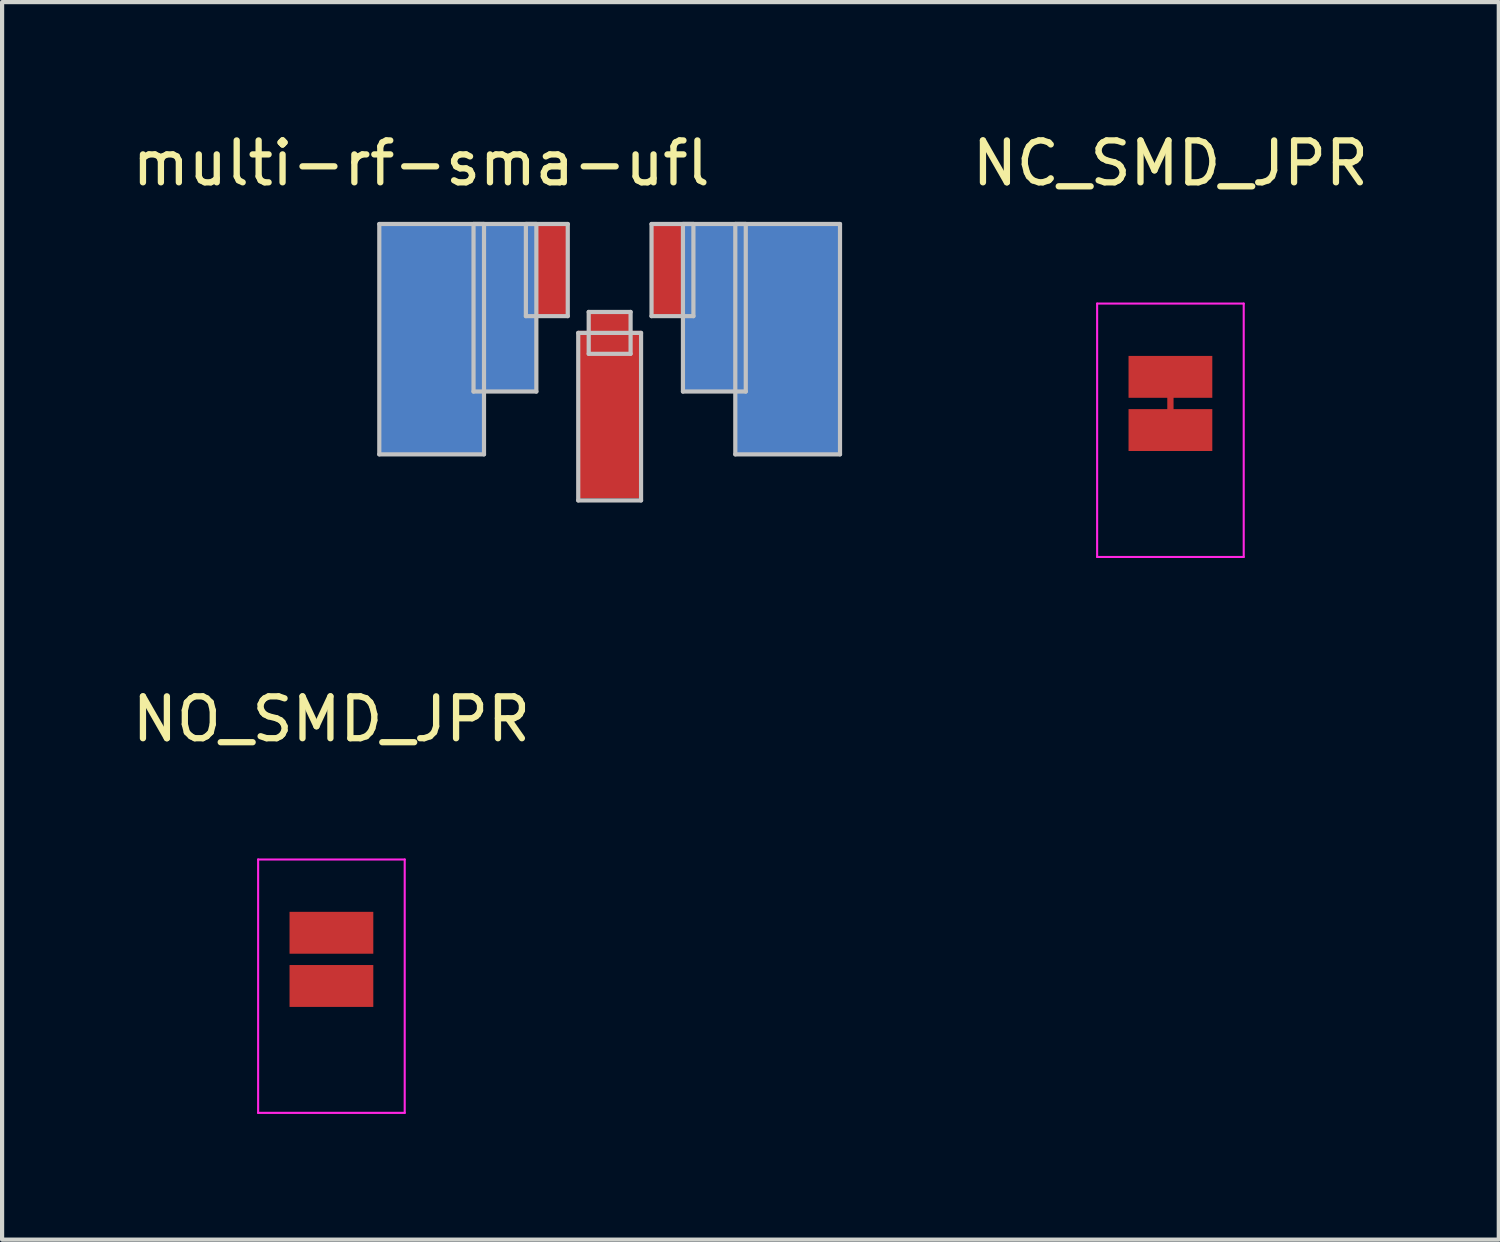
<source format=kicad_pcb>
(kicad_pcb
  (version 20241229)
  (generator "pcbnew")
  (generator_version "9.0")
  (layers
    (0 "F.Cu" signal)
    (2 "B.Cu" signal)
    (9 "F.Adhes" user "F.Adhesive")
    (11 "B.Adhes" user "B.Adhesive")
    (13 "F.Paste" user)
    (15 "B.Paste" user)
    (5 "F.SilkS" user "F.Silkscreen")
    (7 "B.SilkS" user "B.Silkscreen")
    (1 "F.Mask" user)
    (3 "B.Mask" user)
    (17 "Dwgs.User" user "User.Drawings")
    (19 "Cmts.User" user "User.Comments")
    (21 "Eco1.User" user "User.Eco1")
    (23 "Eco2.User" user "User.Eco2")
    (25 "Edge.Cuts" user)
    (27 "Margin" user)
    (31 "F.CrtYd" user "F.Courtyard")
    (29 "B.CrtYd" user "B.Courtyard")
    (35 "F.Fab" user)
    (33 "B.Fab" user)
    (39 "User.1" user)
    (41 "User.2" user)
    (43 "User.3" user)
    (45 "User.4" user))
  (footprint "NC_SMD_JPR"
    (layer "F.Cu")
    (at 24.895 5.948)
    (property "Reference" "NC_SMD_JPR" (at 0 -5.1 0) (layer "F.SilkS") (effects (font (size 1 1) (thickness 0.15))))
    (attr through_hole)
    (fp_line (start 0 0) (end 0 1.27) (stroke (width 0.15) (type solid)) (layer "F.Cu"))
    (fp_line (start -1.75 -1.75) (end -1.75 4.3) (stroke (width 0.05) (type solid)) (layer "F.CrtYd"))
    (fp_line (start -1.75 -1.75) (end 1.75 -1.75) (stroke (width 0.05) (type solid)) (layer "F.CrtYd"))
    (fp_line (start -1.75 4.3) (end 1.75 4.3) (stroke (width 0.05) (type solid)) (layer "F.CrtYd"))
    (fp_line (start 1.75 -1.75) (end 1.75 4.3) (stroke (width 0.05) (type solid)) (layer "F.CrtYd"))
    (pad "1" smd rect (at 0 0) (size 2 1) (layers "F.Cu" "F.Paste"))
    (pad "2" smd rect (at 0 1.27) (size 2 1) (layers "F.Cu" "F.Paste")))
  (footprint "NO_SMD_JPR"
    (layer "F.Cu")
    (at 4.863 19.221)
    (property "Reference" "NO_SMD_JPR" (at 0 -5.1 0) (layer "F.SilkS") (effects (font (size 1 1) (thickness 0.15))))
    (attr through_hole)
    (fp_line (start -1.75 -1.75) (end -1.75 4.3) (stroke (width 0.05) (type solid)) (layer "F.CrtYd"))
    (fp_line (start -1.75 -1.75) (end 1.75 -1.75) (stroke (width 0.05) (type solid)) (layer "F.CrtYd"))
    (fp_line (start -1.75 4.3) (end 1.75 4.3) (stroke (width 0.05) (type solid)) (layer "F.CrtYd"))
    (fp_line (start 1.75 -1.75) (end 1.75 4.3) (stroke (width 0.05) (type solid)) (layer "F.CrtYd"))
    (pad "1" smd rect (at 0 0) (size 2 1) (layers "F.Cu" "F.Paste"))
    (pad "2" smd rect (at 0 1.27) (size 2 1) (layers "F.Cu" "F.Paste")))
  (footprint "multi-rf-sma-ufl"
    (layer "F.Cu")
    (at 11.506 2.298)
    (property "Reference" "multi-rf-sma-ufl" (at -4.5 -1.45 0) (layer "F.SilkS") (effects (font (size 1 1) (thickness 0.15))))
    (attr through_hole)
    (fp_line (start -5.5 0) (end -3 0) (stroke (width 0.1) (type solid)) (layer "Dwgs.User"))
    (fp_line (start -5.5 5.5) (end -5.5 0) (stroke (width 0.1) (type solid)) (layer "Dwgs.User"))
    (fp_line (start -3.25 0) (end -1.75 0) (stroke (width 0.1) (type solid)) (layer "Dwgs.User"))
    (fp_line (start -3.25 4) (end -3.25 0) (stroke (width 0.1) (type solid)) (layer "Dwgs.User"))
    (fp_line (start -3 0) (end -3 5.5) (stroke (width 0.1) (type solid)) (layer "Dwgs.User"))
    (fp_line (start -3 5.5) (end -5.5 5.5) (stroke (width 0.1) (type solid)) (layer "Dwgs.User"))
    (fp_line (start -2 0) (end -1 0) (stroke (width 0.1) (type solid)) (layer "Dwgs.User"))
    (fp_line (start -2 2.2) (end -2 0) (stroke (width 0.1) (type solid)) (layer "Dwgs.User"))
    (fp_line (start -1.75 0) (end -1.75 4) (stroke (width 0.1) (type solid)) (layer "Dwgs.User"))
    (fp_line (start -1.75 4) (end -3.25 4) (stroke (width 0.1) (type solid)) (layer "Dwgs.User"))
    (fp_line (start -1 0) (end -1 2.2) (stroke (width 0.1) (type solid)) (layer "Dwgs.User"))
    (fp_line (start -1 2.2) (end -2 2.2) (stroke (width 0.1) (type solid)) (layer "Dwgs.User"))
    (fp_line (start -0.75 2.6) (end 0.75 2.6) (stroke (width 0.1) (type solid)) (layer "Dwgs.User"))
    (fp_line (start -0.75 6.6) (end -0.75 2.6) (stroke (width 0.1) (type solid)) (layer "Dwgs.User"))
    (fp_line (start -0.5 2.1) (end -0.5 3.1) (stroke (width 0.1) (type solid)) (layer "Dwgs.User"))
    (fp_line (start -0.5 3.1) (end 0.5 3.1) (stroke (width 0.1) (type solid)) (layer "Dwgs.User"))
    (fp_line (start 0.5 2.1) (end -0.5 2.1) (stroke (width 0.1) (type solid)) (layer "Dwgs.User"))
    (fp_line (start 0.5 3.1) (end 0.5 2.1) (stroke (width 0.1) (type solid)) (layer "Dwgs.User"))
    (fp_line (start 0.75 2.6) (end 0.75 6.6) (stroke (width 0.1) (type solid)) (layer "Dwgs.User"))
    (fp_line (start 0.75 6.6) (end -0.75 6.6) (stroke (width 0.1) (type solid)) (layer "Dwgs.User"))
    (fp_line (start 1 0) (end 1 2.2) (stroke (width 0.1) (type solid)) (layer "Dwgs.User"))
    (fp_line (start 1 2.2) (end 2 2.2) (stroke (width 0.1) (type solid)) (layer "Dwgs.User"))
    (fp_line (start 1.75 0) (end 1.75 4) (stroke (width 0.1) (type solid)) (layer "Dwgs.User"))
    (fp_line (start 1.75 4) (end 3.25 4) (stroke (width 0.1) (type solid)) (layer "Dwgs.User"))
    (fp_line (start 2 0) (end 1 0) (stroke (width 0.1) (type solid)) (layer "Dwgs.User"))
    (fp_line (start 2 2.2) (end 2 0) (stroke (width 0.1) (type solid)) (layer "Dwgs.User"))
    (fp_line (start 3 0) (end 3 5.5) (stroke (width 0.1) (type solid)) (layer "Dwgs.User"))
    (fp_line (start 3 5.5) (end 5.5 5.5) (stroke (width 0.1) (type solid)) (layer "Dwgs.User"))
    (fp_line (start 3.25 0) (end 1.75 0) (stroke (width 0.1) (type solid)) (layer "Dwgs.User"))
    (fp_line (start 3.25 4) (end 3.25 0) (stroke (width 0.1) (type solid)) (layer "Dwgs.User"))
    (fp_line (start 5.5 0) (end 3 0) (stroke (width 0.1) (type solid)) (layer "Dwgs.User"))
    (fp_line (start 5.5 5.5) (end 5.5 0) (stroke (width 0.1) (type solid)) (layer "Dwgs.User"))
    (pad "1" smd rect (at 0 2.6) (size 1 1) (layers "F.Cu" "F.Mask" "F.Paste"))
    (pad "1" smd rect (at 0 4.55) (size 1.5 4) (layers "F.Cu" "F.Mask"))
    (pad "2" smd rect (at -4.25 2.75) (size 2.5 5.5) (layers "F.Cu" "F.Mask"))
    (pad "2" smd rect (at -4.25 2.75) (size 2.5 5.5) (layers "B.Cu" "B.Mask"))
    (pad "2" smd rect (at -2.5 2) (size 1.5 4) (layers "F.Cu" "F.Mask"))
    (pad "2" smd rect (at -2.5 2) (size 1.5 4) (layers "B.Cu" "B.Mask"))
    (pad "2" smd rect (at -1.5 1.1) (size 1.05 2.2) (layers "F.Cu" "F.Mask" "F.Paste"))
    (pad "2" smd rect (at 1.5 1.1) (size 1.05 2.2) (layers "F.Cu" "F.Mask" "F.Paste"))
    (pad "2" smd rect (at 2.5 2) (size 1.5 4) (layers "F.Cu" "F.Mask"))
    (pad "2" smd rect (at 2.5 2) (size 1.5 4) (layers "B.Cu" "B.Mask"))
    (pad "2" smd rect (at 4.25 2.75) (size 2.5 5.5) (layers "F.Cu" "F.Mask"))
    (pad "2" smd rect (at 4.25 2.75) (size 2.5 5.5) (layers "B.Cu" "B.Mask")))
  (gr_rect
    (start -3 -3)
    (end 32.735 26.547)
    (stroke (width 0.1) (type default))
    (fill no)
    (layer "Edge.Cuts")))
</source>
